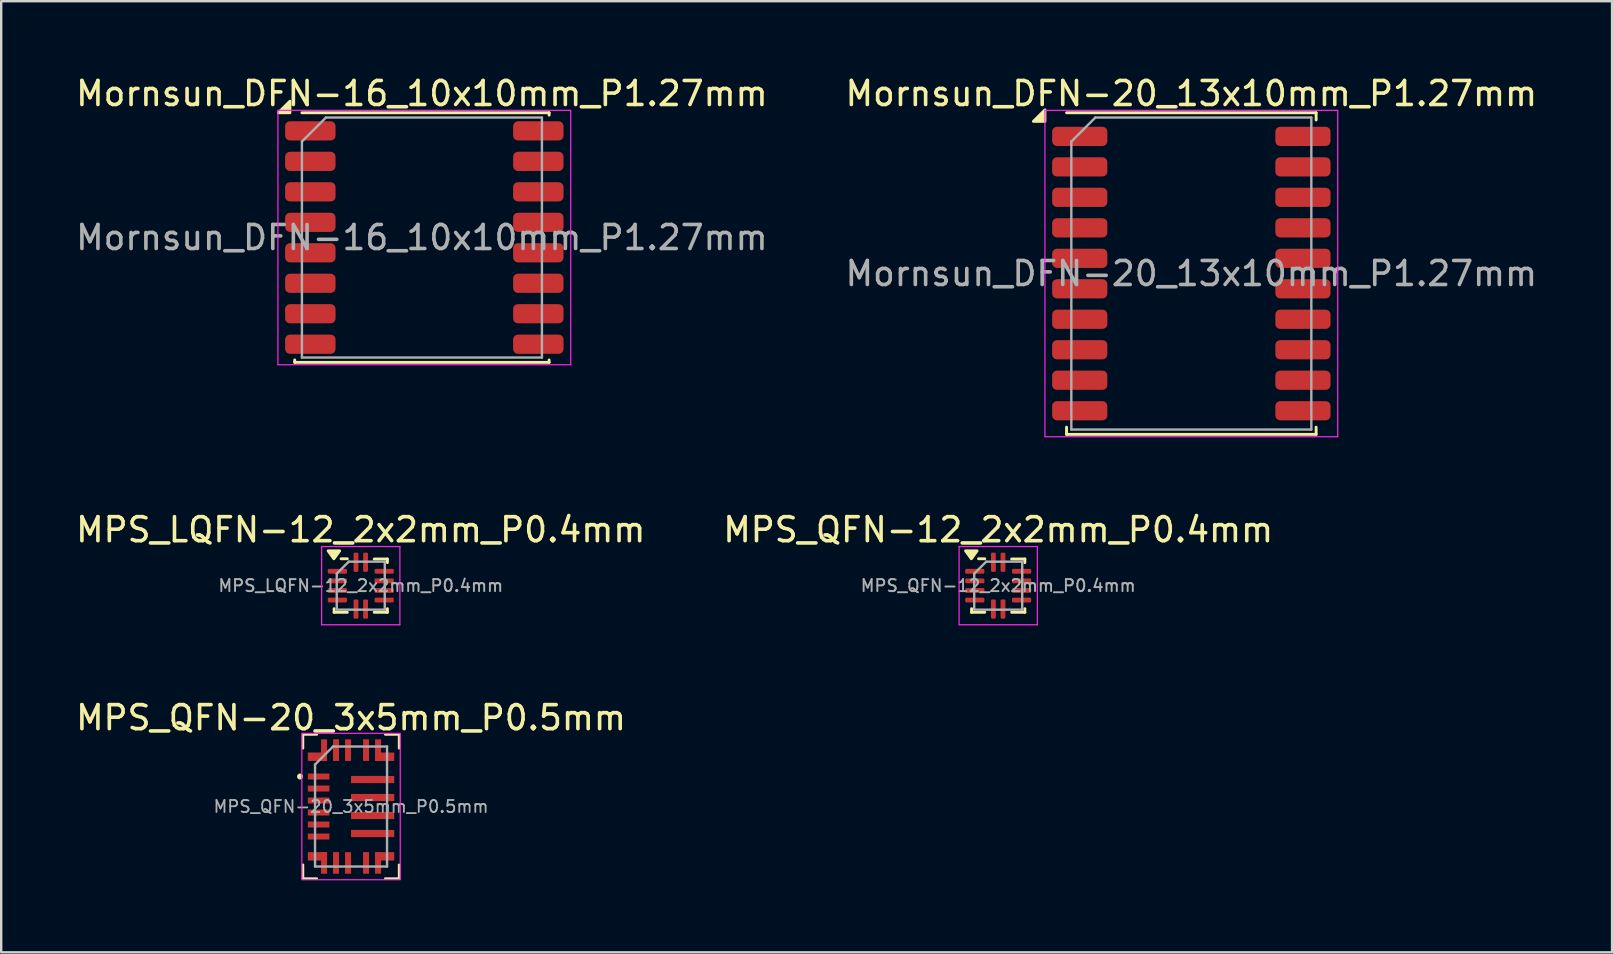
<source format=kicad_pcb>
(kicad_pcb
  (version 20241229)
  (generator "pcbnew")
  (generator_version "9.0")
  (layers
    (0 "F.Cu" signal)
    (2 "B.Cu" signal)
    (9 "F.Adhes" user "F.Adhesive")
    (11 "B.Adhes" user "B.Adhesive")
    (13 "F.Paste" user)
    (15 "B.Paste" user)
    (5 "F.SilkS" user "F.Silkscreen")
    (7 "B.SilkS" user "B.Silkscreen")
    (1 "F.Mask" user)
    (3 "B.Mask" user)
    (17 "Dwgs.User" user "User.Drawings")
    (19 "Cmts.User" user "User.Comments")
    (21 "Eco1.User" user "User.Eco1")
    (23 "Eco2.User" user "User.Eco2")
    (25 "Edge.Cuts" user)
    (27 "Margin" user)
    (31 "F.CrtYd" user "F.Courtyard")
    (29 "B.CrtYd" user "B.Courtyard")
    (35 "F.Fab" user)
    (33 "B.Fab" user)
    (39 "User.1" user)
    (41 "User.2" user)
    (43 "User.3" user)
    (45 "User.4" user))
  (footprint "MPS_QFN-20_3x5mm_P0.5mm"
    (layer "F.Cu")
    (at 11.577 30.555)
    (property "Reference" "MPS_QFN-20_3x5mm_P0.5mm" (at 0 -3.7 0) (layer "F.SilkS") (effects (font (size 1 1) (thickness 0.15))))
    (attr smd)
    (fp_line (start -2 -3) (end -2 -2.425) (stroke (width 0.1) (type solid)) (layer "F.SilkS"))
    (fp_line (start -2 -3) (end -1.425 -3) (stroke (width 0.1) (type solid)) (layer "F.SilkS"))
    (fp_line (start -2 3) (end -2 2.425) (stroke (width 0.1) (type solid)) (layer "F.SilkS"))
    (fp_line (start -2 3) (end -1.425 3) (stroke (width 0.1) (type solid)) (layer "F.SilkS"))
    (fp_line (start 2 -3) (end 1.425 -3) (stroke (width 0.1) (type solid)) (layer "F.SilkS"))
    (fp_line (start 2 -3) (end 2 -2.425) (stroke (width 0.1) (type solid)) (layer "F.SilkS"))
    (fp_line (start 2 3) (end 1.425 3) (stroke (width 0.1) (type solid)) (layer "F.SilkS"))
    (fp_line (start 2 3) (end 2 2.425) (stroke (width 0.1) (type solid)) (layer "F.SilkS"))
    (fp_circle (center -2.125 -1.25) (end -2.05 -1.25) (stroke (width 0.1) (type solid)) (fill yes) (layer "F.SilkS"))
    (fp_rect (start -2.05 -3.05) (end 2.05 3.05) (stroke (width 0.05) (type default)) (fill no) (layer "F.CrtYd"))
    (fp_line (start -1.5 2.5) (end -1.5 -1.75) (stroke (width 0.1) (type default)) (layer "F.Fab"))
    (fp_line (start -0.75 -2.5) (end -1.5 -1.75) (stroke (width 0.1) (type default)) (layer "F.Fab"))
    (fp_line (start -0.75 -2.5) (end 1.5 -2.5) (stroke (width 0.1) (type default)) (layer "F.Fab"))
    (fp_line (start 1.5 -2.5) (end 1.5 2.5) (stroke (width 0.1) (type default)) (layer "F.Fab"))
    (fp_line (start 1.5 2.5) (end -1.5 2.5) (stroke (width 0.1) (type default)) (layer "F.Fab"))
    (fp_text user "${REFERENCE}" (at 0 0 0) (layer "F.Fab") (effects (font (size 0.5 0.5) (thickness 0.075))))
    (pad "1" smd rect (at -1.35 -1.25) (size 0.9 0.25) (layers "F.Cu" "F.Mask" "F.Paste"))
    (pad "2" smd rect (at -1.35 -0.75) (size 0.9 0.25) (layers "F.Cu" "F.Mask" "F.Paste"))
    (pad "3" smd rect (at -1.35 -0.25) (size 0.9 0.25) (layers "F.Cu" "F.Mask" "F.Paste"))
    (pad "4" smd rect (at -1.35 0.25) (size 0.9 0.25) (layers "F.Cu" "F.Mask" "F.Paste"))
    (pad "5" smd rect (at -1.35 0.75) (size 0.9 0.25) (layers "F.Cu" "F.Mask" "F.Paste"))
    (pad "6" smd rect (at -1.35 1.25) (size 0.9 0.25) (layers "F.Cu" "F.Mask" "F.Paste"))
    (pad "7" smd rect (at -1.4 2.075) (size 0.8 0.35) (layers "F.Cu" "F.Mask" "F.Paste"))
    (pad "7" smd rect (at -1.125 2.35 90) (size 0.9 0.25) (layers "F.Cu" "F.Mask" "F.Paste"))
    (pad "8" smd rect (at -0.625 2.35 90) (size 0.9 0.25) (layers "F.Cu" "F.Mask" "F.Paste"))
    (pad "9" smd rect (at -0.125 2.35 90) (size 0.9 0.25) (layers "F.Cu" "F.Mask" "F.Paste"))
    (pad "10" smd rect (at 0.625 2.35 90) (size 0.9 0.25) (layers "F.Cu" "F.Mask" "F.Paste"))
    (pad "11" smd rect (at 1.125 2.35 90) (size 0.9 0.25) (layers "F.Cu" "F.Mask" "F.Paste"))
    (pad "11" smd rect (at 1.4 2.075) (size 0.8 0.35) (layers "F.Cu" "F.Mask" "F.Paste"))
    (pad "12" smd rect (at 0.9 1.125 180) (size 1.8 0.3) (layers "F.Cu" "F.Mask" "F.Paste"))
    (pad "13" smd rect (at 0.9 0.375 180) (size 1.8 0.3) (layers "F.Cu" "F.Mask" "F.Paste"))
    (pad "14" smd rect (at 0.9 -0.375 180) (size 1.8 0.3) (layers "F.Cu" "F.Mask" "F.Paste"))
    (pad "15" smd rect (at 0.9 -1.125 180) (size 1.8 0.3) (layers "F.Cu" "F.Mask" "F.Paste"))
    (pad "16" smd rect (at 1.125 -2.35 270) (size 0.9 0.25) (layers "F.Cu" "F.Mask" "F.Paste"))
    (pad "16" smd rect (at 1.4 -2.075) (size 0.8 0.35) (layers "F.Cu" "F.Mask" "F.Paste"))
    (pad "17" smd rect (at 0.625 -2.35 270) (size 0.9 0.25) (layers "F.Cu" "F.Mask" "F.Paste"))
    (pad "18" smd rect (at -0.125 -2.35 270) (size 0.9 0.25) (layers "F.Cu" "F.Mask" "F.Paste"))
    (pad "19" smd rect (at -0.625 -2.35 270) (size 0.9 0.25) (layers "F.Cu" "F.Mask" "F.Paste"))
    (pad "20" smd rect (at -1.4 -2.075) (size 0.8 0.35) (layers "F.Cu" "F.Mask" "F.Paste"))
    (pad "20" smd rect (at -1.125 -2.35 270) (size 0.9 0.25) (layers "F.Cu" "F.Mask" "F.Paste")))
  (footprint "MPS_LQFN-12_2x2mm_P0.4mm"
    (layer "F.Cu")
    (at 11.982 21.352)
    (property "Reference" "MPS_LQFN-12_2x2mm_P0.4mm" (at 0 -2.33 0) (layer "F.SilkS") (effects (font (size 1 1) (thickness 0.15))))
    (attr smd)
    (fp_line (start -1.11 1.11) (end -1.11 0.96) (stroke (width 0.12) (type solid)) (layer "F.SilkS"))
    (fp_line (start -0.56 -1.12) (end -0.82 -1.12) (stroke (width 0.12) (type solid)) (layer "F.SilkS"))
    (fp_line (start -0.56 1.11) (end -1.11 1.11) (stroke (width 0.12) (type solid)) (layer "F.SilkS"))
    (fp_line (start 0.56 -1.11) (end 1.11 -1.11) (stroke (width 0.12) (type solid)) (layer "F.SilkS"))
    (fp_line (start 0.56 1.11) (end 1.11 1.11) (stroke (width 0.12) (type solid)) (layer "F.SilkS"))
    (fp_line (start 1.11 -1.11) (end 1.11 -0.96) (stroke (width 0.12) (type solid)) (layer "F.SilkS"))
    (fp_line (start 1.11 1.11) (end 1.11 0.96) (stroke (width 0.12) (type solid)) (layer "F.SilkS"))
    (fp_poly (pts (xy -1.12 -1.12) (xy -1.36 -1.45) (xy -0.88 -1.45) (xy -1.12 -1.12)) (stroke (width 0.12) (type solid)) (fill yes) (layer "F.SilkS"))
    (fp_line (start -1.63 -1.63) (end -1.63 1.63) (stroke (width 0.05) (type solid)) (layer "F.CrtYd"))
    (fp_line (start -1.63 1.63) (end 1.63 1.63) (stroke (width 0.05) (type solid)) (layer "F.CrtYd"))
    (fp_line (start 1.63 -1.63) (end -1.63 -1.63) (stroke (width 0.05) (type solid)) (layer "F.CrtYd"))
    (fp_line (start 1.63 1.63) (end 1.63 -1.63) (stroke (width 0.05) (type solid)) (layer "F.CrtYd"))
    (fp_line (start -1 -0.5) (end -0.5 -1) (stroke (width 0.1) (type solid)) (layer "F.Fab"))
    (fp_line (start -1 1) (end -1 -0.5) (stroke (width 0.1) (type solid)) (layer "F.Fab"))
    (fp_line (start -0.5 -1) (end 1 -1) (stroke (width 0.1) (type solid)) (layer "F.Fab"))
    (fp_line (start 1 -1) (end 1 1) (stroke (width 0.1) (type solid)) (layer "F.Fab"))
    (fp_line (start 1 1) (end -1 1) (stroke (width 0.1) (type solid)) (layer "F.Fab"))
    (fp_text user "${REFERENCE}" (at 0 0 0) (layer "F.Fab") (effects (font (size 0.5 0.5) (thickness 0.08))))
    (pad "1" smd roundrect (at -0.975 -0.6) (size 0.8 0.2) (layers "F.Cu" "F.Mask" "F.Paste") (roundrect_rratio 0.25))
    (pad "2" smd roundrect (at -0.975 -0.2) (size 0.8 0.2) (layers "F.Cu" "F.Mask" "F.Paste") (roundrect_rratio 0.25))
    (pad "3" smd roundrect (at -0.975 0.2) (size 0.8 0.2) (layers "F.Cu" "F.Mask" "F.Paste") (roundrect_rratio 0.25))
    (pad "4" smd roundrect (at -0.975 0.6) (size 0.8 0.2) (layers "F.Cu" "F.Mask" "F.Paste") (roundrect_rratio 0.25))
    (pad "5" smd roundrect (at -0.2 0.975) (size 0.2 0.8) (layers "F.Cu" "F.Mask" "F.Paste") (roundrect_rratio 0.25))
    (pad "6" smd roundrect (at 0.2 0.975) (size 0.2 0.8) (layers "F.Cu" "F.Mask" "F.Paste") (roundrect_rratio 0.25))
    (pad "7" smd roundrect (at 0.975 0.6) (size 0.8 0.2) (layers "F.Cu" "F.Mask" "F.Paste") (roundrect_rratio 0.25))
    (pad "8" smd roundrect (at 0.975 0.2) (size 0.8 0.2) (layers "F.Cu" "F.Mask" "F.Paste") (roundrect_rratio 0.25))
    (pad "9" smd roundrect (at 0.975 -0.2) (size 0.8 0.2) (layers "F.Cu" "F.Mask" "F.Paste") (roundrect_rratio 0.25))
    (pad "10" smd roundrect (at 0.975 -0.6) (size 0.8 0.2) (layers "F.Cu" "F.Mask" "F.Paste") (roundrect_rratio 0.25))
    (pad "11" smd roundrect (at 0.2 -0.975) (size 0.2 0.8) (layers "F.Cu" "F.Mask" "F.Paste") (roundrect_rratio 0.25))
    (pad "12" smd roundrect (at -0.2 -0.975) (size 0.2 0.8) (layers "F.Cu" "F.Mask" "F.Paste") (roundrect_rratio 0.25)))
  (footprint "Mornsun_DFN-20_13x10mm_P1.27mm"
    (layer "F.Cu")
    (at 46.589 8.348)
    (property "Reference" "Mornsun_DFN-20_13x10mm_P1.27mm" (at 0 -7.5 0) (unlocked yes) (layer "F.SilkS") (effects (font (size 1 1) (thickness 0.15))))
    (attr smd)
    (fp_line (start -5.2 6.7) (end -5.2 6.4) (stroke (width 0.12) (type default)) (layer "F.SilkS"))
    (fp_line (start 5.2 -6.7) (end -5.2 -6.7) (stroke (width 0.12) (type default)) (layer "F.SilkS"))
    (fp_line (start 5.2 -6.4) (end 5.2 -6.7) (stroke (width 0.12) (type default)) (layer "F.SilkS"))
    (fp_line (start 5.2 6.4) (end 5.2 6.7) (stroke (width 0.12) (type default)) (layer "F.SilkS"))
    (fp_line (start 5.2 6.7) (end -5.2 6.7) (stroke (width 0.12) (type default)) (layer "F.SilkS"))
    (fp_poly (pts (xy -6.1 -6.34) (xy -6.58 -6.34) (xy -6.1 -6.82) (xy -6.1 -6.34)) (stroke (width 0.12) (type solid)) (fill yes) (layer "F.SilkS"))
    (fp_line (start -6.1 -6.8) (end -6.1 6.8) (stroke (width 0.05) (type default)) (layer "F.CrtYd"))
    (fp_line (start -6.1 6.8) (end 6.1 6.8) (stroke (width 0.05) (type default)) (layer "F.CrtYd"))
    (fp_line (start 6.1 -6.8) (end -6.1 -6.8) (stroke (width 0.05) (type default)) (layer "F.CrtYd"))
    (fp_line (start 6.1 6.8) (end 6.1 -6.8) (stroke (width 0.05) (type default)) (layer "F.CrtYd"))
    (fp_line (start -5 -5.5) (end -4 -6.5) (stroke (width 0.1) (type default)) (layer "F.Fab"))
    (fp_line (start -5 6.5) (end -5 -5.5) (stroke (width 0.1) (type default)) (layer "F.Fab"))
    (fp_line (start -4 -6.5) (end 5 -6.5) (stroke (width 0.1) (type default)) (layer "F.Fab"))
    (fp_line (start 5 -6.5) (end 5 6.5) (stroke (width 0.1) (type default)) (layer "F.Fab"))
    (fp_line (start 5 6.5) (end -5 6.5) (stroke (width 0.1) (type default)) (layer "F.Fab"))
    (fp_text user "${REFERENCE}" (at 0 0 0) (layer "F.Fab") (effects (font (size 1 1) (thickness 0.15))))
    (pad "1" smd roundrect (at -4.65 -5.715 270) (size 0.8 2.3) (layers "F.Cu" "F.Mask" "F.Paste") (roundrect_rratio 0.25))
    (pad "2" smd roundrect (at -4.65 -4.445 270) (size 0.8 2.3) (layers "F.Cu" "F.Mask" "F.Paste") (roundrect_rratio 0.25))
    (pad "3" smd roundrect (at -4.65 -3.175 270) (size 0.8 2.3) (layers "F.Cu" "F.Mask" "F.Paste") (roundrect_rratio 0.25))
    (pad "4" smd roundrect (at -4.65 -1.905 270) (size 0.8 2.3) (layers "F.Cu" "F.Mask" "F.Paste") (roundrect_rratio 0.25))
    (pad "5" smd roundrect (at -4.65 -0.635 270) (size 0.8 2.3) (layers "F.Cu" "F.Mask" "F.Paste") (roundrect_rratio 0.25))
    (pad "6" smd roundrect (at -4.65 0.635 270) (size 0.8 2.3) (layers "F.Cu" "F.Mask" "F.Paste") (roundrect_rratio 0.25))
    (pad "7" smd roundrect (at -4.65 1.905 270) (size 0.8 2.3) (layers "F.Cu" "F.Mask" "F.Paste") (roundrect_rratio 0.25))
    (pad "8" smd roundrect (at -4.65 3.175 270) (size 0.8 2.3) (layers "F.Cu" "F.Mask" "F.Paste") (roundrect_rratio 0.25))
    (pad "9" smd roundrect (at -4.65 4.445 270) (size 0.8 2.3) (layers "F.Cu" "F.Mask" "F.Paste") (roundrect_rratio 0.25))
    (pad "10" smd roundrect (at -4.65 5.715 270) (size 0.8 2.3) (layers "F.Cu" "F.Mask" "F.Paste") (roundrect_rratio 0.25))
    (pad "11" smd roundrect (at 4.65 5.715 270) (size 0.8 2.3) (layers "F.Cu" "F.Mask" "F.Paste") (roundrect_rratio 0.25))
    (pad "12" smd roundrect (at 4.65 4.445 270) (size 0.8 2.3) (layers "F.Cu" "F.Mask" "F.Paste") (roundrect_rratio 0.25))
    (pad "13" smd roundrect (at 4.65 3.175 270) (size 0.8 2.3) (layers "F.Cu" "F.Mask" "F.Paste") (roundrect_rratio 0.25))
    (pad "14" smd roundrect (at 4.65 1.905 270) (size 0.8 2.3) (layers "F.Cu" "F.Mask" "F.Paste") (roundrect_rratio 0.25))
    (pad "15" smd roundrect (at 4.65 0.635 270) (size 0.8 2.3) (layers "F.Cu" "F.Mask" "F.Paste") (roundrect_rratio 0.25))
    (pad "16" smd roundrect (at 4.65 -0.635 270) (size 0.8 2.3) (layers "F.Cu" "F.Mask" "F.Paste") (roundrect_rratio 0.25))
    (pad "17" smd roundrect (at 4.65 -1.905 270) (size 0.8 2.3) (layers "F.Cu" "F.Mask" "F.Paste") (roundrect_rratio 0.25))
    (pad "18" smd roundrect (at 4.65 -3.175 270) (size 0.8 2.3) (layers "F.Cu" "F.Mask" "F.Paste") (roundrect_rratio 0.25))
    (pad "19" smd roundrect (at 4.65 -4.445 270) (size 0.8 2.3) (layers "F.Cu" "F.Mask" "F.Paste") (roundrect_rratio 0.25))
    (pad "20" smd roundrect (at 4.65 -5.715 270) (size 0.8 2.3) (layers "F.Cu" "F.Mask" "F.Paste") (roundrect_rratio 0.25)))
  (footprint "Mornsun_DFN-16_10x10mm_P1.27mm"
    (layer "F.Cu")
    (at 14.53 6.848)
    (property "Reference" "Mornsun_DFN-16_10x10mm_P1.27mm" (at 0 -6 0) (unlocked yes) (layer "F.SilkS") (effects (font (size 1 1) (thickness 0.15))))
    (attr smd)
    (fp_line (start -5.3 5.1) (end -5.3 5.2) (stroke (width 0.12) (type default)) (layer "F.SilkS"))
    (fp_line (start -5.3 5.2) (end 5.3 5.2) (stroke (width 0.12) (type default)) (layer "F.SilkS"))
    (fp_line (start 5.3 -5.2) (end -5 -5.2) (stroke (width 0.12) (type default)) (layer "F.SilkS"))
    (fp_line (start 5.3 -5.2) (end 5.3 -5.1) (stroke (width 0.12) (type default)) (layer "F.SilkS"))
    (fp_line (start 5.3 5.2) (end 5.3 5.1) (stroke (width 0.12) (type default)) (layer "F.SilkS"))
    (fp_poly (pts (xy -5.5 -5.2) (xy -5.98 -5.2) (xy -5.5 -5.68) (xy -5.5 -5.2)) (stroke (width 0.12) (type solid)) (fill yes) (layer "F.SilkS"))
    (fp_line (start -6 -5.3) (end -6 5.3) (stroke (width 0.05) (type default)) (layer "F.CrtYd"))
    (fp_line (start -6 5.3) (end 6.2 5.3) (stroke (width 0.05) (type default)) (layer "F.CrtYd"))
    (fp_line (start 6.2 -5.3) (end -6 -5.3) (stroke (width 0.05) (type default)) (layer "F.CrtYd"))
    (fp_line (start 6.2 5.3) (end 6.2 -5.3) (stroke (width 0.05) (type default)) (layer "F.CrtYd"))
    (fp_line (start -5 5) (end -5 -4) (stroke (width 0.1) (type default)) (layer "F.Fab"))
    (fp_line (start -4 -5) (end -5 -4) (stroke (width 0.1) (type default)) (layer "F.Fab"))
    (fp_line (start -4 -5) (end 5 -5) (stroke (width 0.1) (type default)) (layer "F.Fab"))
    (fp_line (start 5 -5) (end 5 5) (stroke (width 0.1) (type default)) (layer "F.Fab"))
    (fp_line (start 5 5) (end -5 5) (stroke (width 0.1) (type default)) (layer "F.Fab"))
    (fp_text user "${REFERENCE}" (at 0 0 0) (layer "F.Fab") (effects (font (size 1 1) (thickness 0.15))))
    (pad "1" smd roundrect (at -4.65 -4.445 270) (size 0.8 2.1) (layers "F.Cu" "F.Mask" "F.Paste") (roundrect_rratio 0.25))
    (pad "2" smd roundrect (at -4.65 -3.175 270) (size 0.8 2.1) (layers "F.Cu" "F.Mask" "F.Paste") (roundrect_rratio 0.25))
    (pad "3" smd roundrect (at -4.65 -1.905 270) (size 0.8 2.1) (layers "F.Cu" "F.Mask" "F.Paste") (roundrect_rratio 0.25))
    (pad "4" smd roundrect (at -4.65 -0.635 270) (size 0.8 2.1) (layers "F.Cu" "F.Mask" "F.Paste") (roundrect_rratio 0.25))
    (pad "5" smd roundrect (at -4.65 0.635 270) (size 0.8 2.1) (layers "F.Cu" "F.Mask" "F.Paste") (roundrect_rratio 0.25))
    (pad "6" smd roundrect (at -4.65 1.905 270) (size 0.8 2.1) (layers "F.Cu" "F.Mask" "F.Paste") (roundrect_rratio 0.25))
    (pad "7" smd roundrect (at -4.65 3.175 270) (size 0.8 2.1) (layers "F.Cu" "F.Mask" "F.Paste") (roundrect_rratio 0.25))
    (pad "8" smd roundrect (at -4.65 4.445 270) (size 0.8 2.1) (layers "F.Cu" "F.Mask" "F.Paste") (roundrect_rratio 0.25))
    (pad "9" smd roundrect (at 4.85 4.445 270) (size 0.8 2.1) (layers "F.Cu" "F.Mask" "F.Paste") (roundrect_rratio 0.25))
    (pad "10" smd roundrect (at 4.85 3.175 270) (size 0.8 2.1) (layers "F.Cu" "F.Mask" "F.Paste") (roundrect_rratio 0.25))
    (pad "11" smd roundrect (at 4.85 1.905 270) (size 0.8 2.1) (layers "F.Cu" "F.Mask" "F.Paste") (roundrect_rratio 0.25))
    (pad "12" smd roundrect (at 4.85 0.635 270) (size 0.8 2.1) (layers "F.Cu" "F.Mask" "F.Paste") (roundrect_rratio 0.25))
    (pad "13" smd roundrect (at 4.85 -0.635 270) (size 0.8 2.1) (layers "F.Cu" "F.Mask" "F.Paste") (roundrect_rratio 0.25))
    (pad "14" smd roundrect (at 4.85 -1.905 270) (size 0.8 2.1) (layers "F.Cu" "F.Mask" "F.Paste") (roundrect_rratio 0.25))
    (pad "15" smd roundrect (at 4.85 -3.175 270) (size 0.8 2.1) (layers "F.Cu" "F.Mask" "F.Paste") (roundrect_rratio 0.25))
    (pad "16" smd roundrect (at 4.85 -4.445 270) (size 0.8 2.1) (layers "F.Cu" "F.Mask" "F.Paste") (roundrect_rratio 0.25)))
  (footprint "MPS_QFN-12_2x2mm_P0.4mm"
    (layer "F.Cu")
    (at 38.542 21.352)
    (property "Reference" "MPS_QFN-12_2x2mm_P0.4mm" (at 0 -2.33 0) (layer "F.SilkS") (effects (font (size 1 1) (thickness 0.15))))
    (attr smd)
    (fp_line (start -1.11 1.11) (end -1.11 0.96) (stroke (width 0.12) (type solid)) (layer "F.SilkS"))
    (fp_line (start -0.56 -1.12) (end -0.82 -1.12) (stroke (width 0.12) (type solid)) (layer "F.SilkS"))
    (fp_line (start -0.56 1.11) (end -1.11 1.11) (stroke (width 0.12) (type solid)) (layer "F.SilkS"))
    (fp_line (start 0.56 -1.11) (end 1.11 -1.11) (stroke (width 0.12) (type solid)) (layer "F.SilkS"))
    (fp_line (start 0.56 1.11) (end 1.11 1.11) (stroke (width 0.12) (type solid)) (layer "F.SilkS"))
    (fp_line (start 1.11 -1.11) (end 1.11 -0.96) (stroke (width 0.12) (type solid)) (layer "F.SilkS"))
    (fp_line (start 1.11 1.11) (end 1.11 0.96) (stroke (width 0.12) (type solid)) (layer "F.SilkS"))
    (fp_poly (pts (xy -1.12 -1.12) (xy -1.36 -1.45) (xy -0.88 -1.45) (xy -1.12 -1.12)) (stroke (width 0.12) (type solid)) (fill yes) (layer "F.SilkS"))
    (fp_line (start -1.63 -1.63) (end -1.63 1.63) (stroke (width 0.05) (type solid)) (layer "F.CrtYd"))
    (fp_line (start -1.63 1.63) (end 1.63 1.63) (stroke (width 0.05) (type solid)) (layer "F.CrtYd"))
    (fp_line (start 1.63 -1.63) (end -1.63 -1.63) (stroke (width 0.05) (type solid)) (layer "F.CrtYd"))
    (fp_line (start 1.63 1.63) (end 1.63 -1.63) (stroke (width 0.05) (type solid)) (layer "F.CrtYd"))
    (fp_line (start -1 -0.5) (end -0.5 -1) (stroke (width 0.1) (type solid)) (layer "F.Fab"))
    (fp_line (start -1 1) (end -1 -0.5) (stroke (width 0.1) (type solid)) (layer "F.Fab"))
    (fp_line (start -0.5 -1) (end 1 -1) (stroke (width 0.1) (type solid)) (layer "F.Fab"))
    (fp_line (start 1 -1) (end 1 1) (stroke (width 0.1) (type solid)) (layer "F.Fab"))
    (fp_line (start 1 1) (end -1 1) (stroke (width 0.1) (type solid)) (layer "F.Fab"))
    (fp_text user "${REFERENCE}" (at 0 0 0) (layer "F.Fab") (effects (font (size 0.5 0.5) (thickness 0.08))))
    (pad "1" smd roundrect (at -0.975 -0.6) (size 0.8 0.2) (layers "F.Cu" "F.Mask" "F.Paste") (roundrect_rratio 0.25))
    (pad "2" smd roundrect (at -0.975 -0.2) (size 0.8 0.2) (layers "F.Cu" "F.Mask" "F.Paste") (roundrect_rratio 0.25))
    (pad "3" smd roundrect (at -0.975 0.2) (size 0.8 0.2) (layers "F.Cu" "F.Mask" "F.Paste") (roundrect_rratio 0.25))
    (pad "4" smd roundrect (at -0.975 0.6) (size 0.8 0.2) (layers "F.Cu" "F.Mask" "F.Paste") (roundrect_rratio 0.25))
    (pad "5" smd roundrect (at -0.2 0.975) (size 0.2 0.8) (layers "F.Cu" "F.Mask" "F.Paste") (roundrect_rratio 0.25))
    (pad "6" smd roundrect (at 0.2 0.975) (size 0.2 0.8) (layers "F.Cu" "F.Mask" "F.Paste") (roundrect_rratio 0.25))
    (pad "7" smd roundrect (at 0.975 0.6) (size 0.8 0.2) (layers "F.Cu" "F.Mask" "F.Paste") (roundrect_rratio 0.25))
    (pad "8" smd roundrect (at 0.975 0.2) (size 0.8 0.2) (layers "F.Cu" "F.Mask" "F.Paste") (roundrect_rratio 0.25))
    (pad "9" smd roundrect (at 0.975 -0.2) (size 0.8 0.2) (layers "F.Cu" "F.Mask" "F.Paste") (roundrect_rratio 0.25))
    (pad "10" smd roundrect (at 0.975 -0.6) (size 0.8 0.2) (layers "F.Cu" "F.Mask" "F.Paste") (roundrect_rratio 0.25))
    (pad "11" smd roundrect (at 0.2 -0.975) (size 0.2 0.8) (layers "F.Cu" "F.Mask" "F.Paste") (roundrect_rratio 0.25))
    (pad "12" smd roundrect (at -0.2 -0.975) (size 0.2 0.8) (layers "F.Cu" "F.Mask" "F.Paste") (roundrect_rratio 0.25)))
  (gr_rect
    (start -3 -3)
    (end 64.119 36.63)
    (stroke (width 0.1) (type default))
    (fill no)
    (layer "Edge.Cuts")))
</source>
